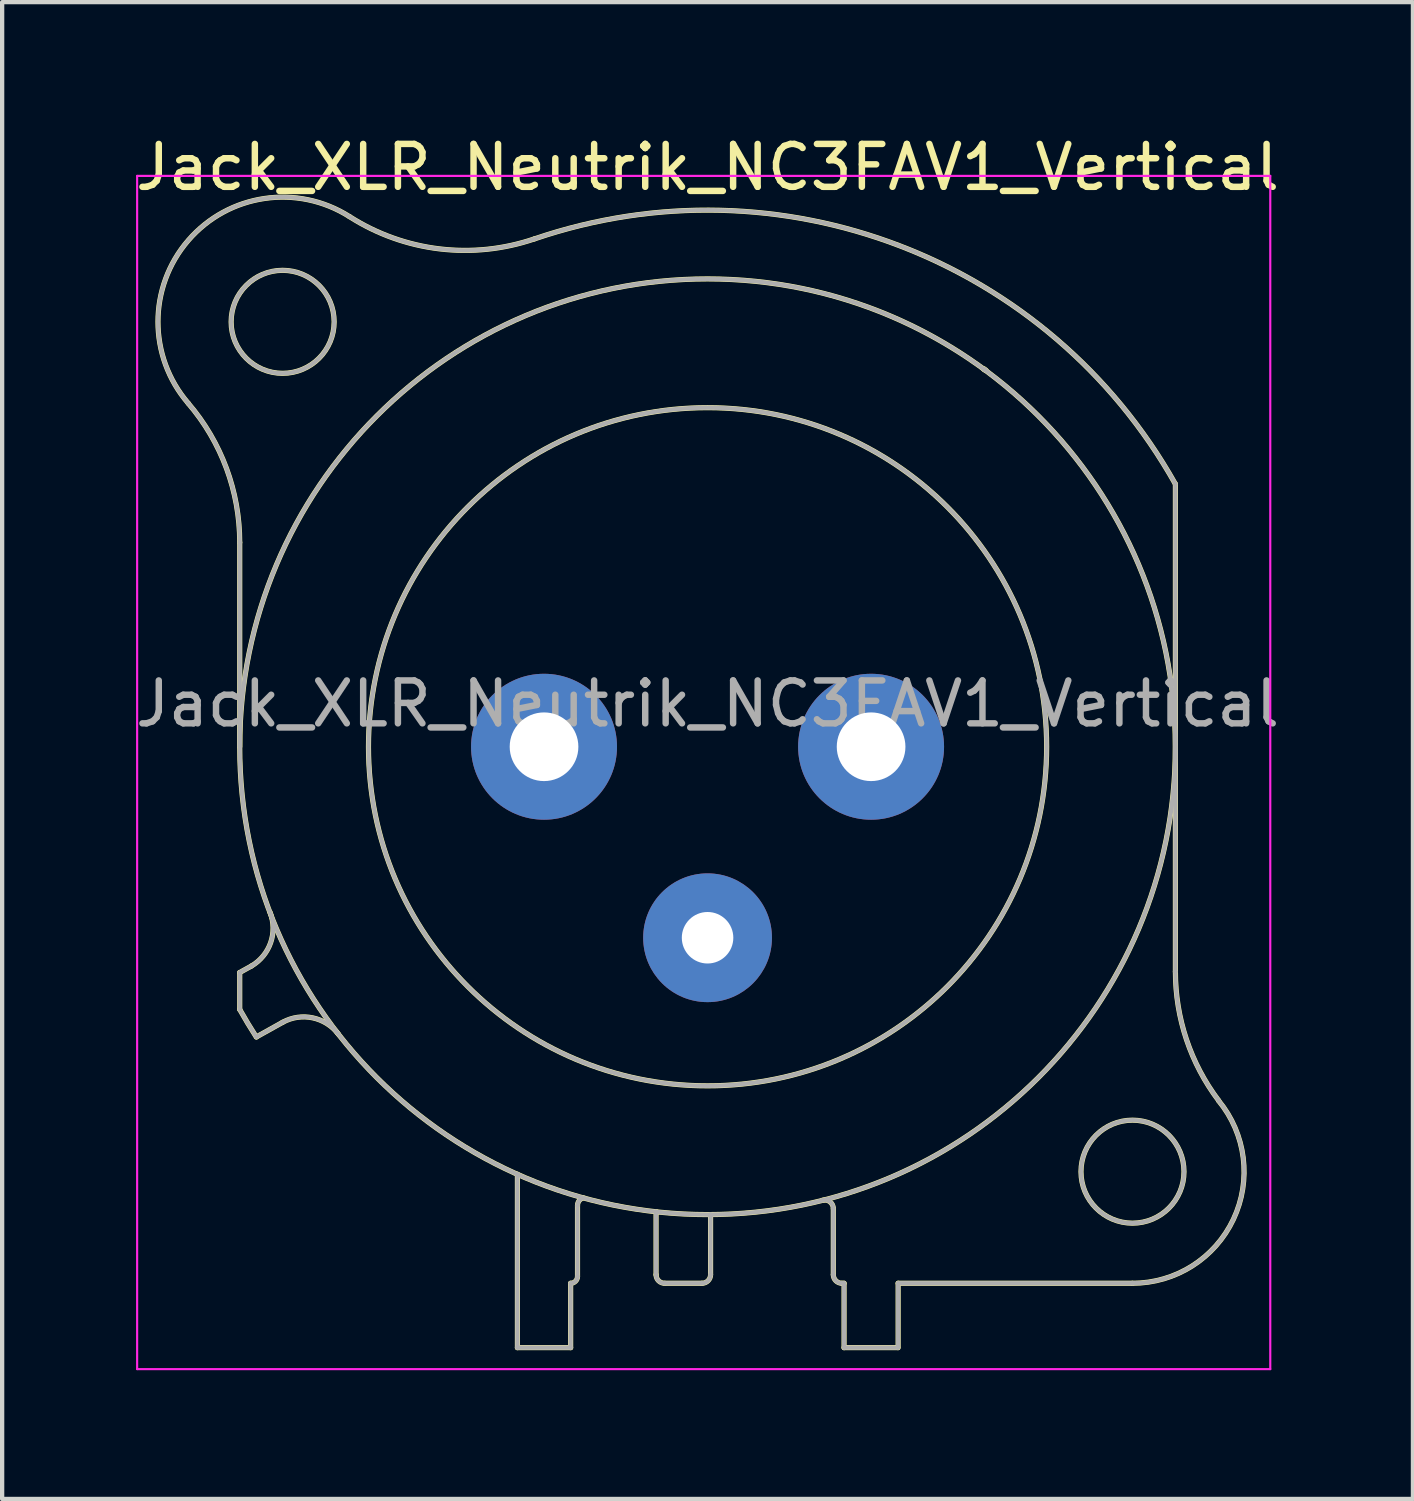
<source format=kicad_pcb>
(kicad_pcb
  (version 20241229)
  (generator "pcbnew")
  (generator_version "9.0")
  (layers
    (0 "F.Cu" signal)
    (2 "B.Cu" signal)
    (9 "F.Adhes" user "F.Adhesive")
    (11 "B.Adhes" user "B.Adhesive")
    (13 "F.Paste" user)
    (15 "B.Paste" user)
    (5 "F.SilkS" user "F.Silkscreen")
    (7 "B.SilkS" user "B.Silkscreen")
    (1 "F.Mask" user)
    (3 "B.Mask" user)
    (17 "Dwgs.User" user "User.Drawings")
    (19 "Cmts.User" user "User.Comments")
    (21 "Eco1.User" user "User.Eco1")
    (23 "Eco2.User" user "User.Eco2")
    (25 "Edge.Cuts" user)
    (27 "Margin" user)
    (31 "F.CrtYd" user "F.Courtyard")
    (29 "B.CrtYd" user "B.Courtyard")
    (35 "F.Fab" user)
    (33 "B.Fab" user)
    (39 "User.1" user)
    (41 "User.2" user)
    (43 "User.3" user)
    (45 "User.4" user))
  (footprint "Jack_XLR_Neutrik_NC3FAV1_Vertical"
    (layer "F.Cu")
    (at 17.245 14.348)
    (property "Reference" "Jack_XLR_Neutrik_NC3FAV1_Vertical" (at -3.81 -13.5 0) (layer "F.SilkS") (effects (font (size 1 1) (thickness 0.15))))
    (attr through_hole)
    (fp_line (start -14.71 0) (end -14.71 -4.76) (stroke (width 0.12) (type solid)) (layer "F.SilkS"))
    (fp_line (start -14.71 5.26) (end -14.71 6.12) (stroke (width 0.12) (type solid)) (layer "F.SilkS"))
    (fp_line (start -14.44 5.11) (end -14.71 5.26) (stroke (width 0.12) (type solid)) (layer "F.SilkS"))
    (fp_line (start -14.32 6.76) (end -13.71 6.42) (stroke (width 0.12) (type solid)) (layer "F.SilkS"))
    (fp_line (start -8.24 9.96) (end -8.24 14) (stroke (width 0.12) (type solid)) (layer "F.SilkS"))
    (fp_line (start -7 12.5) (end -7 14) (stroke (width 0.12) (type solid)) (layer "F.SilkS"))
    (fp_line (start -7 14) (end -8.24 14) (stroke (width 0.12) (type solid)) (layer "F.SilkS"))
    (fp_line (start -6.84 12.34) (end -6.84 10.69) (stroke (width 0.12) (type solid)) (layer "F.SilkS"))
    (fp_line (start -5.01 10.83) (end -5.01 12.3) (stroke (width 0.12) (type solid)) (layer "F.SilkS"))
    (fp_line (start -3.94 12.5) (end -4.81 12.5) (stroke (width 0.12) (type solid)) (layer "F.SilkS"))
    (fp_line (start -3.74 10.9) (end -3.74 12.3) (stroke (width 0.12) (type solid)) (layer "F.SilkS"))
    (fp_line (start -0.88 12.3) (end -0.88 10.76) (stroke (width 0.12) (type solid)) (layer "F.SilkS"))
    (fp_line (start -0.63 12.5) (end -0.68 12.5) (stroke (width 0.12) (type solid)) (layer "F.SilkS"))
    (fp_line (start -0.63 12.5) (end -0.63 14) (stroke (width 0.12) (type solid)) (layer "F.SilkS"))
    (fp_line (start 0.62 14) (end -0.63 14) (stroke (width 0.12) (type solid)) (layer "F.SilkS"))
    (fp_line (start 0.63 12.5) (end 6.09 12.5) (stroke (width 0.12) (type solid)) (layer "F.SilkS"))
    (fp_line (start 0.63 14) (end 0.63 12.5) (stroke (width 0.12) (type solid)) (layer "F.SilkS"))
    (fp_line (start 7.09 5.24) (end 7.09 -6.12) (stroke (width 0.12) (type solid)) (layer "F.SilkS"))
    (fp_arc (start -15.908829 -8.000856) (mid -15.019313 -6.48774) (end -14.71 -4.76) (stroke (width 0.12) (type solid)) (layer "F.SilkS"))
    (fp_arc (start -15.908236 -8.001617) (mid -15.907486 -11.799251) (end -12.15 -12.35) (stroke (width 0.12) (type solid)) (layer "F.SilkS"))
    (fp_arc (start -14.32314 6.763008) (mid -14.521396 6.444407) (end -14.71 6.12) (stroke (width 0.12) (type solid)) (layer "F.SilkS"))
    (fp_arc (start -14.004283 3.855674) (mid -13.989213 4.56375) (end -14.44 5.11) (stroke (width 0.12) (type solid)) (layer "F.SilkS"))
    (fp_arc (start -13.71 6.42) (mid -13.01025 6.315915) (end -12.412202 6.693832) (stroke (width 0.12) (type solid)) (layer "F.SilkS"))
    (fp_arc (start -7.848035 -11.831177) (mid -10.058192 -11.599923) (end -12.15 -12.35) (stroke (width 0.12) (type solid)) (layer "F.SilkS"))
    (fp_arc (start -7.841153 -11.83276) (mid 0.657009 -11.675197) (end 7.09 -6.12) (stroke (width 0.12) (type solid)) (layer "F.SilkS"))
    (fp_arc (start -6.84 10.69) (mid -6.803713 10.578321) (end -6.708713 10.509299) (stroke (width 0.12) (type solid)) (layer "F.SilkS"))
    (fp_arc (start -6.84 12.34) (mid -6.886863 12.453137) (end -7 12.5) (stroke (width 0.12) (type solid)) (layer "F.SilkS"))
    (fp_arc (start -4.81 12.5) (mid -4.951421 12.441421) (end -5.01 12.3) (stroke (width 0.12) (type solid)) (layer "F.SilkS"))
    (fp_arc (start -3.74 12.3) (mid -3.798579 12.441421) (end -3.94 12.5) (stroke (width 0.12) (type solid)) (layer "F.SilkS"))
    (fp_arc (start -1.1294 10.566197) (mid -0.957281 10.602076) (end -0.88 10.76) (stroke (width 0.12) (type solid)) (layer "F.SilkS"))
    (fp_arc (start -0.68 12.5) (mid -0.821421 12.441421) (end -0.88 12.3) (stroke (width 0.12) (type solid)) (layer "F.SilkS"))
    (fp_arc (start 2.636924 -8.782671) (mid 2.628394 -8.791269) (end 2.62 -8.8) (stroke (width 0.12) (type solid)) (layer "F.SilkS"))
    (fp_arc (start 2.680052 -8.767734) (mid 2.65973 -8.7835) (end 2.64 -8.8) (stroke (width 0.12) (type solid)) (layer "F.SilkS"))
    (fp_arc (start 8.095865 8.245761) (mid 8.441704 11.008824) (end 6.09 12.5) (stroke (width 0.12) (type solid)) (layer "F.SilkS"))
    (fp_arc (start 8.098032 8.243976) (mid 7.348729 6.824298) (end 7.09 5.24) (stroke (width 0.12) (type solid)) (layer "F.SilkS"))
    (fp_circle (center -13.71 -9.9) (end -12.51 -9.9) (stroke (width 0.12) (type solid)) (fill no) (layer "F.SilkS"))
    (fp_circle (center -3.81 0) (end 4.09 0) (stroke (width 0.12) (type solid)) (fill no) (layer "F.SilkS"))
    (fp_circle (center -3.81 0) (end 7.09 0) (stroke (width 0.12) (type solid)) (fill no) (layer "F.SilkS"))
    (fp_circle (center 6.09 9.9) (end 7.29 9.9) (stroke (width 0.12) (type solid)) (fill no) (layer "F.SilkS"))
    (fp_line (start -17.1 -13.3) (end 9.3 -13.3) (stroke (width 0.05) (type solid)) (layer "F.CrtYd"))
    (fp_line (start -17.1 14.5) (end -17.1 -13.3) (stroke (width 0.05) (type solid)) (layer "F.CrtYd"))
    (fp_line (start 9.3 -13.3) (end 9.3 14.5) (stroke (width 0.05) (type solid)) (layer "F.CrtYd"))
    (fp_line (start 9.3 14.5) (end -17.1 14.5) (stroke (width 0.05) (type solid)) (layer "F.CrtYd"))
    (fp_line (start -14.71 0) (end -14.71 -4.76) (stroke (width 0.1) (type solid)) (layer "F.Fab"))
    (fp_line (start -14.71 5.26) (end -14.71 6.12) (stroke (width 0.1) (type solid)) (layer "F.Fab"))
    (fp_line (start -14.44 5.11) (end -14.71 5.26) (stroke (width 0.1) (type solid)) (layer "F.Fab"))
    (fp_line (start -14.32 6.76) (end -13.71 6.42) (stroke (width 0.1) (type solid)) (layer "F.Fab"))
    (fp_line (start -8.24 9.96) (end -8.24 14) (stroke (width 0.1) (type solid)) (layer "F.Fab"))
    (fp_line (start -7 12.5) (end -7 14) (stroke (width 0.1) (type solid)) (layer "F.Fab"))
    (fp_line (start -7 14) (end -8.24 14) (stroke (width 0.1) (type solid)) (layer "F.Fab"))
    (fp_line (start -6.84 12.34) (end -6.84 10.69) (stroke (width 0.1) (type solid)) (layer "F.Fab"))
    (fp_line (start -5.01 10.83) (end -5.01 12.3) (stroke (width 0.1) (type solid)) (layer "F.Fab"))
    (fp_line (start -3.94 12.5) (end -4.81 12.5) (stroke (width 0.1) (type solid)) (layer "F.Fab"))
    (fp_line (start -3.74 10.9) (end -3.74 12.3) (stroke (width 0.1) (type solid)) (layer "F.Fab"))
    (fp_line (start -0.88 12.3) (end -0.88 10.76) (stroke (width 0.1) (type solid)) (layer "F.Fab"))
    (fp_line (start -0.63 12.5) (end -0.68 12.5) (stroke (width 0.1) (type solid)) (layer "F.Fab"))
    (fp_line (start -0.63 12.5) (end -0.63 14) (stroke (width 0.1) (type solid)) (layer "F.Fab"))
    (fp_line (start 0.62 14) (end -0.63 14) (stroke (width 0.1) (type solid)) (layer "F.Fab"))
    (fp_line (start 0.63 12.5) (end 6.09 12.5) (stroke (width 0.1) (type solid)) (layer "F.Fab"))
    (fp_line (start 0.63 14) (end 0.63 12.5) (stroke (width 0.1) (type solid)) (layer "F.Fab"))
    (fp_line (start 7.09 5.24) (end 7.09 -6.12) (stroke (width 0.1) (type solid)) (layer "F.Fab"))
    (fp_arc (start -15.908829 -8.000856) (mid -15.019313 -6.48774) (end -14.71 -4.76) (stroke (width 0.1) (type solid)) (layer "F.Fab"))
    (fp_arc (start -15.908236 -8.001617) (mid -15.907486 -11.799251) (end -12.15 -12.35) (stroke (width 0.1) (type solid)) (layer "F.Fab"))
    (fp_arc (start -14.32314 6.763008) (mid -14.521396 6.444407) (end -14.71 6.12) (stroke (width 0.1) (type solid)) (layer "F.Fab"))
    (fp_arc (start -14.004283 3.855674) (mid -13.989213 4.56375) (end -14.44 5.11) (stroke (width 0.1) (type solid)) (layer "F.Fab"))
    (fp_arc (start -13.71 6.42) (mid -13.01025 6.315915) (end -12.412202 6.693832) (stroke (width 0.1) (type solid)) (layer "F.Fab"))
    (fp_arc (start -7.848035 -11.831177) (mid -10.058192 -11.599923) (end -12.15 -12.35) (stroke (width 0.1) (type solid)) (layer "F.Fab"))
    (fp_arc (start -7.841153 -11.83276) (mid 0.657009 -11.675197) (end 7.09 -6.12) (stroke (width 0.1) (type solid)) (layer "F.Fab"))
    (fp_arc (start -6.84 10.69) (mid -6.803713 10.578321) (end -6.708713 10.509299) (stroke (width 0.1) (type solid)) (layer "F.Fab"))
    (fp_arc (start -6.84 12.34) (mid -6.886863 12.453137) (end -7 12.5) (stroke (width 0.1) (type solid)) (layer "F.Fab"))
    (fp_arc (start -4.81 12.5) (mid -4.951421 12.441421) (end -5.01 12.3) (stroke (width 0.1) (type solid)) (layer "F.Fab"))
    (fp_arc (start -3.74 12.3) (mid -3.798579 12.441421) (end -3.94 12.5) (stroke (width 0.1) (type solid)) (layer "F.Fab"))
    (fp_arc (start -1.1294 10.566197) (mid -0.957281 10.602076) (end -0.88 10.76) (stroke (width 0.1) (type solid)) (layer "F.Fab"))
    (fp_arc (start -0.68 12.5) (mid -0.821421 12.441421) (end -0.88 12.3) (stroke (width 0.1) (type solid)) (layer "F.Fab"))
    (fp_arc (start 2.636924 -8.782671) (mid 2.628394 -8.791269) (end 2.62 -8.8) (stroke (width 0.1) (type solid)) (layer "F.Fab"))
    (fp_arc (start 2.680052 -8.767734) (mid 2.65973 -8.7835) (end 2.64 -8.8) (stroke (width 0.1) (type solid)) (layer "F.Fab"))
    (fp_arc (start 8.095865 8.245761) (mid 8.441704 11.008824) (end 6.09 12.5) (stroke (width 0.1) (type solid)) (layer "F.Fab"))
    (fp_arc (start 8.098032 8.243976) (mid 7.348729 6.824298) (end 7.09 5.24) (stroke (width 0.1) (type solid)) (layer "F.Fab"))
    (fp_circle (center -13.71 -9.9) (end -12.51 -9.9) (stroke (width 0.1) (type solid)) (fill no) (layer "F.Fab"))
    (fp_circle (center -3.81 0) (end 4.09 0) (stroke (width 0.1) (type solid)) (fill no) (layer "F.Fab"))
    (fp_circle (center -3.81 0) (end 7.09 0) (stroke (width 0.1) (type solid)) (fill no) (layer "F.Fab"))
    (fp_circle (center 6.09 9.9) (end 7.29 9.9) (stroke (width 0.1) (type solid)) (fill no) (layer "F.Fab"))
    (fp_text user "${REFERENCE}" (at -3.81 -1 0) (layer "F.Fab") (effects (font (size 1 1) (thickness 0.15))))
    (pad "1" thru_hole circle (at 0 0) (size 3.4 3.4) (drill 1.6) (layers "*.Cu" "*.Mask"))
    (pad "2" thru_hole circle (at -7.62 0) (size 3.4 3.4) (drill 1.6) (layers "*.Cu" "*.Mask"))
    (pad "3" thru_hole circle (at -3.81 4.45) (size 3 3) (drill 1.2) (layers "*.Cu" "*.Mask")))
  (gr_rect
    (start -3 -3)
    (end 29.869 31.873)
    (stroke (width 0.1) (type default))
    (fill no)
    (layer "Edge.Cuts")))
</source>
